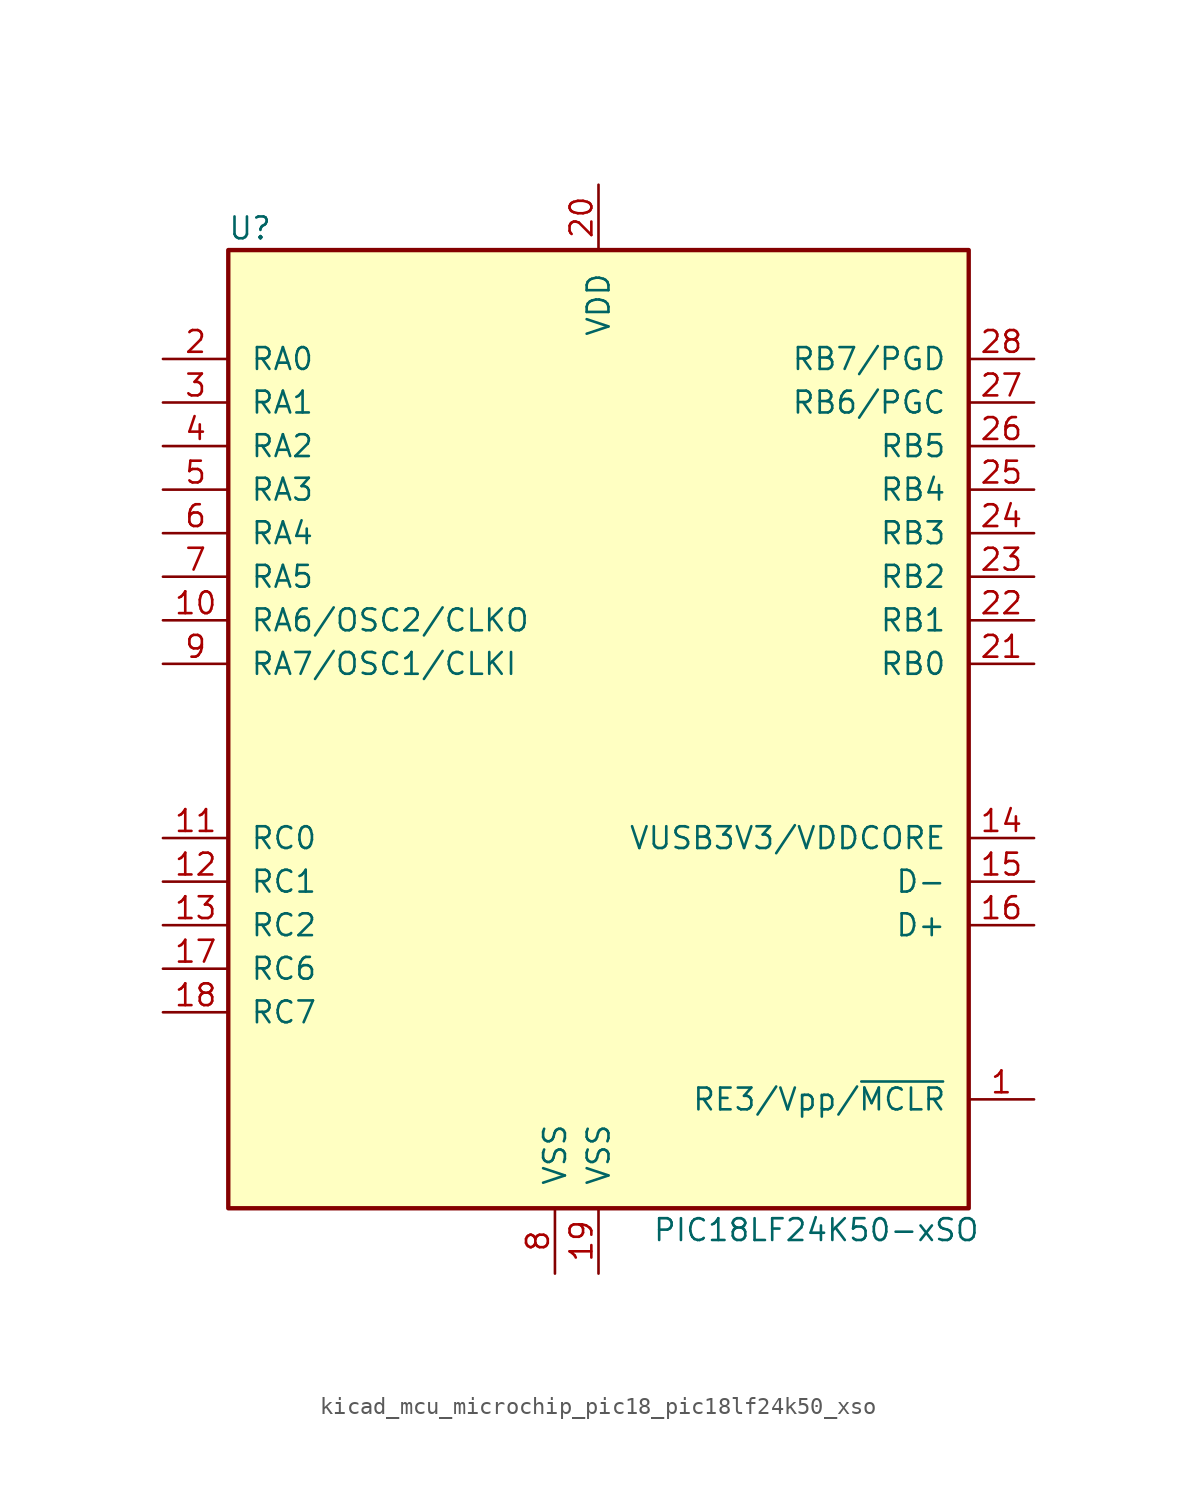
<source format=kicad_sym>
(kicad_symbol_lib
  (version 20220914)
  (generator kicad_symbol_editor)
  (symbol "kicad_mcu_microchip_pic18_pic18lf24k50_xso"
    (pin_names
      (offset 1.27))
    (property "Reference" "U"
      (at -20.32 30.48 0)
      (effects (font (size 1.27 1.27))))
    (property "Value" "PIC18LF24K50-xSO"
      (at 12.7 -27.94 0)
      (effects (font (size 1.27 1.27))))
    (symbol "kicad_mcu_microchip_pic18_pic18lf24k50_xso_0_1"
      (rectangle (start -21.59 29.21) (end 21.59 -26.67) (stroke (width 0.254) (type default)) (fill (type background))))
    (symbol "kicad_mcu_microchip_pic18_pic18lf24k50_xso_1_1"
      (pin input line (at 25.4 -20.32 180) (length 3.81) (name "RE3/Vpp/~{MCLR}" (effects (font (size 1.27 1.27)))) (number "1" (effects (font (size 1.27 1.27)))))
      (pin output line (at -25.4 7.62 0) (length 3.81) (name "RA6/OSC2/CLKO" (effects (font (size 1.27 1.27)))) (number "10" (effects (font (size 1.27 1.27)))))
      (pin bidirectional line (at -25.4 -5.08 0) (length 3.81) (name "RC0" (effects (font (size 1.27 1.27)))) (number "11" (effects (font (size 1.27 1.27)))))
      (pin bidirectional line (at -25.4 -7.62 0) (length 3.81) (name "RC1" (effects (font (size 1.27 1.27)))) (number "12" (effects (font (size 1.27 1.27)))))
      (pin bidirectional line (at -25.4 -10.16 0) (length 3.81) (name "RC2" (effects (font (size 1.27 1.27)))) (number "13" (effects (font (size 1.27 1.27)))))
      (pin bidirectional line (at 25.4 -5.08 180) (length 3.81) (name "VUSB3V3/VDDCORE" (effects (font (size 1.27 1.27)))) (number "14" (effects (font (size 1.27 1.27)))))
      (pin bidirectional line (at 25.4 -7.62 180) (length 3.81) (name "D-" (effects (font (size 1.27 1.27)))) (number "15" (effects (font (size 1.27 1.27)))))
      (pin bidirectional line (at 25.4 -10.16 180) (length 3.81) (name "D+" (effects (font (size 1.27 1.27)))) (number "16" (effects (font (size 1.27 1.27)))))
      (pin bidirectional line (at -25.4 -12.7 0) (length 3.81) (name "RC6" (effects (font (size 1.27 1.27)))) (number "17" (effects (font (size 1.27 1.27)))))
      (pin bidirectional line (at -25.4 -15.24 0) (length 3.81) (name "RC7" (effects (font (size 1.27 1.27)))) (number "18" (effects (font (size 1.27 1.27)))))
      (pin power_in line (at 0 -30.48 90) (length 3.81) (name "VSS" (effects (font (size 1.27 1.27)))) (number "19" (effects (font (size 1.27 1.27)))))
      (pin bidirectional line (at -25.4 22.86 0) (length 3.81) (name "RA0" (effects (font (size 1.27 1.27)))) (number "2" (effects (font (size 1.27 1.27)))))
      (pin power_in line (at 0 33.02 270) (length 3.81) (name "VDD" (effects (font (size 1.27 1.27)))) (number "20" (effects (font (size 1.27 1.27)))))
      (pin bidirectional line (at 25.4 5.08 180) (length 3.81) (name "RB0" (effects (font (size 1.27 1.27)))) (number "21" (effects (font (size 1.27 1.27)))))
      (pin bidirectional line (at 25.4 7.62 180) (length 3.81) (name "RB1" (effects (font (size 1.27 1.27)))) (number "22" (effects (font (size 1.27 1.27)))))
      (pin bidirectional line (at 25.4 10.16 180) (length 3.81) (name "RB2" (effects (font (size 1.27 1.27)))) (number "23" (effects (font (size 1.27 1.27)))))
      (pin bidirectional line (at 25.4 12.7 180) (length 3.81) (name "RB3" (effects (font (size 1.27 1.27)))) (number "24" (effects (font (size 1.27 1.27)))))
      (pin bidirectional line (at 25.4 15.24 180) (length 3.81) (name "RB4" (effects (font (size 1.27 1.27)))) (number "25" (effects (font (size 1.27 1.27)))))
      (pin bidirectional line (at 25.4 17.78 180) (length 3.81) (name "RB5" (effects (font (size 1.27 1.27)))) (number "26" (effects (font (size 1.27 1.27)))))
      (pin bidirectional line (at 25.4 20.32 180) (length 3.81) (name "RB6/PGC" (effects (font (size 1.27 1.27)))) (number "27" (effects (font (size 1.27 1.27)))))
      (pin bidirectional line (at 25.4 22.86 180) (length 3.81) (name "RB7/PGD" (effects (font (size 1.27 1.27)))) (number "28" (effects (font (size 1.27 1.27)))))
      (pin bidirectional line (at -25.4 20.32 0) (length 3.81) (name "RA1" (effects (font (size 1.27 1.27)))) (number "3" (effects (font (size 1.27 1.27)))))
      (pin bidirectional line (at -25.4 17.78 0) (length 3.81) (name "RA2" (effects (font (size 1.27 1.27)))) (number "4" (effects (font (size 1.27 1.27)))))
      (pin bidirectional line (at -25.4 15.24 0) (length 3.81) (name "RA3" (effects (font (size 1.27 1.27)))) (number "5" (effects (font (size 1.27 1.27)))))
      (pin bidirectional line (at -25.4 12.7 0) (length 3.81) (name "RA4" (effects (font (size 1.27 1.27)))) (number "6" (effects (font (size 1.27 1.27)))))
      (pin bidirectional line (at -25.4 10.16 0) (length 3.81) (name "RA5" (effects (font (size 1.27 1.27)))) (number "7" (effects (font (size 1.27 1.27)))))
      (pin power_in line (at -2.54 -30.48 90) (length 3.81) (name "VSS" (effects (font (size 1.27 1.27)))) (number "8" (effects (font (size 1.27 1.27)))))
      (pin input line (at -25.4 5.08 0) (length 3.81) (name "RA7/OSC1/CLKI" (effects (font (size 1.27 1.27)))) (number "9" (effects (font (size 1.27 1.27))))))))
</source>
